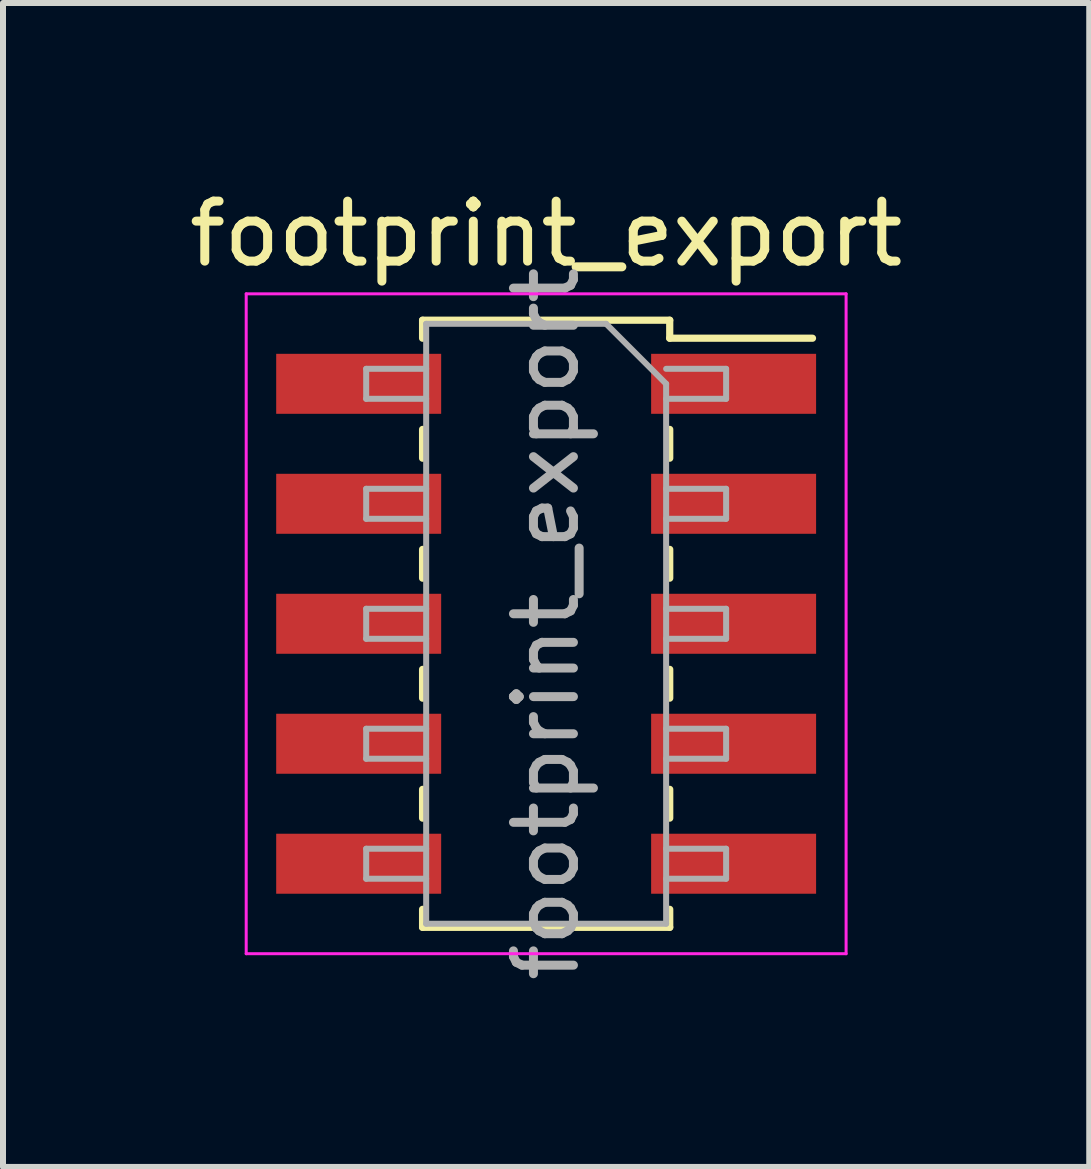
<source format=kicad_pcb>
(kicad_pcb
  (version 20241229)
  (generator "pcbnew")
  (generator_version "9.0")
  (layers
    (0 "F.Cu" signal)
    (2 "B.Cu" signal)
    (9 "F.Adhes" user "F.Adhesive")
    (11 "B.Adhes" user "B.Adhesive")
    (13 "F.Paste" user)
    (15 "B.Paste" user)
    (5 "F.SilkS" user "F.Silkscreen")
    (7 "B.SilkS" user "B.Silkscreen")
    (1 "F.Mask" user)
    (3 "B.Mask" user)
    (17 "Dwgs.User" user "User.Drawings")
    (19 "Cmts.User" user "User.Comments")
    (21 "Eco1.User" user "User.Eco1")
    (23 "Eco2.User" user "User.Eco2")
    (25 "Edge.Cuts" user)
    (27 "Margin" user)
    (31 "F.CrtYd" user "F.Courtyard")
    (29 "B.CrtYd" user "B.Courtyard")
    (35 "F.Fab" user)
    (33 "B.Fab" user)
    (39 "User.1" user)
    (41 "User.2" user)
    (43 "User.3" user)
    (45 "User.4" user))
  (footprint "footprint_export"
    (layer "F.Cu")
    (at 6.054 7.348)
    (property "Reference" "footprint_export" (at 0 -6.5 0) (layer "F.SilkS") (effects (font (size 1 1) (thickness 0.15))))
    (attr smd)
    (fp_line (start -2.06 -5.06) (end -2.06 -4.76) (stroke (width 0.12) (type solid)) (layer "F.SilkS"))
    (fp_line (start -2.06 -5.06) (end 2.06 -5.06) (stroke (width 0.12) (type solid)) (layer "F.SilkS"))
    (fp_line (start -2.06 -3.24) (end -2.06 -2.76) (stroke (width 0.12) (type solid)) (layer "F.SilkS"))
    (fp_line (start -2.06 -1.24) (end -2.06 -0.76) (stroke (width 0.12) (type solid)) (layer "F.SilkS"))
    (fp_line (start -2.06 0.76) (end -2.06 1.24) (stroke (width 0.12) (type solid)) (layer "F.SilkS"))
    (fp_line (start -2.06 2.76) (end -2.06 3.24) (stroke (width 0.12) (type solid)) (layer "F.SilkS"))
    (fp_line (start -2.06 4.76) (end -2.06 5.06) (stroke (width 0.12) (type solid)) (layer "F.SilkS"))
    (fp_line (start -2.06 5.06) (end 2.06 5.06) (stroke (width 0.12) (type solid)) (layer "F.SilkS"))
    (fp_line (start 2.06 -5.06) (end 2.06 -4.76) (stroke (width 0.12) (type solid)) (layer "F.SilkS"))
    (fp_line (start 2.06 -4.76) (end 4.44 -4.76) (stroke (width 0.12) (type solid)) (layer "F.SilkS"))
    (fp_line (start 2.06 -3.24) (end 2.06 -2.76) (stroke (width 0.12) (type solid)) (layer "F.SilkS"))
    (fp_line (start 2.06 -1.24) (end 2.06 -0.76) (stroke (width 0.12) (type solid)) (layer "F.SilkS"))
    (fp_line (start 2.06 0.76) (end 2.06 1.24) (stroke (width 0.12) (type solid)) (layer "F.SilkS"))
    (fp_line (start 2.06 2.76) (end 2.06 3.24) (stroke (width 0.12) (type solid)) (layer "F.SilkS"))
    (fp_line (start 2.06 4.76) (end 2.06 5.06) (stroke (width 0.12) (type solid)) (layer "F.SilkS"))
    (fp_line (start -5 -5.5) (end 5 -5.5) (stroke (width 0.05) (type solid)) (layer "F.CrtYd"))
    (fp_line (start -5 5.5) (end -5 -5.5) (stroke (width 0.05) (type solid)) (layer "F.CrtYd"))
    (fp_line (start 5 -5.5) (end 5 5.5) (stroke (width 0.05) (type solid)) (layer "F.CrtYd"))
    (fp_line (start 5 5.5) (end -5 5.5) (stroke (width 0.05) (type solid)) (layer "F.CrtYd"))
    (fp_line (start -3 -4.25) (end -2 -4.25) (stroke (width 0.1) (type solid)) (layer "F.Fab"))
    (fp_line (start -3 -3.75) (end -3 -4.25) (stroke (width 0.1) (type solid)) (layer "F.Fab"))
    (fp_line (start -3 -2.25) (end -2 -2.25) (stroke (width 0.1) (type solid)) (layer "F.Fab"))
    (fp_line (start -3 -1.75) (end -3 -2.25) (stroke (width 0.1) (type solid)) (layer "F.Fab"))
    (fp_line (start -3 -0.25) (end -2 -0.25) (stroke (width 0.1) (type solid)) (layer "F.Fab"))
    (fp_line (start -3 0.25) (end -3 -0.25) (stroke (width 0.1) (type solid)) (layer "F.Fab"))
    (fp_line (start -3 1.75) (end -2 1.75) (stroke (width 0.1) (type solid)) (layer "F.Fab"))
    (fp_line (start -3 2.25) (end -3 1.75) (stroke (width 0.1) (type solid)) (layer "F.Fab"))
    (fp_line (start -3 3.75) (end -2 3.75) (stroke (width 0.1) (type solid)) (layer "F.Fab"))
    (fp_line (start -3 4.25) (end -3 3.75) (stroke (width 0.1) (type solid)) (layer "F.Fab"))
    (fp_line (start -2 -5) (end 1 -5) (stroke (width 0.1) (type solid)) (layer "F.Fab"))
    (fp_line (start -2 -3.75) (end -3 -3.75) (stroke (width 0.1) (type solid)) (layer "F.Fab"))
    (fp_line (start -2 -1.75) (end -3 -1.75) (stroke (width 0.1) (type solid)) (layer "F.Fab"))
    (fp_line (start -2 0.25) (end -3 0.25) (stroke (width 0.1) (type solid)) (layer "F.Fab"))
    (fp_line (start -2 2.25) (end -3 2.25) (stroke (width 0.1) (type solid)) (layer "F.Fab"))
    (fp_line (start -2 4.25) (end -3 4.25) (stroke (width 0.1) (type solid)) (layer "F.Fab"))
    (fp_line (start -2 5) (end -2 -5) (stroke (width 0.1) (type solid)) (layer "F.Fab"))
    (fp_line (start 1 -5) (end 2 -4) (stroke (width 0.1) (type solid)) (layer "F.Fab"))
    (fp_line (start 2 -4.25) (end 3 -4.25) (stroke (width 0.1) (type solid)) (layer "F.Fab"))
    (fp_line (start 2 -4) (end 2 5) (stroke (width 0.1) (type solid)) (layer "F.Fab"))
    (fp_line (start 2 -2.25) (end 3 -2.25) (stroke (width 0.1) (type solid)) (layer "F.Fab"))
    (fp_line (start 2 -0.25) (end 3 -0.25) (stroke (width 0.1) (type solid)) (layer "F.Fab"))
    (fp_line (start 2 1.75) (end 3 1.75) (stroke (width 0.1) (type solid)) (layer "F.Fab"))
    (fp_line (start 2 3.75) (end 3 3.75) (stroke (width 0.1) (type solid)) (layer "F.Fab"))
    (fp_line (start 2 5) (end -2 5) (stroke (width 0.1) (type solid)) (layer "F.Fab"))
    (fp_line (start 3 -4.25) (end 3 -3.75) (stroke (width 0.1) (type solid)) (layer "F.Fab"))
    (fp_line (start 3 -3.75) (end 2 -3.75) (stroke (width 0.1) (type solid)) (layer "F.Fab"))
    (fp_line (start 3 -2.25) (end 3 -1.75) (stroke (width 0.1) (type solid)) (layer "F.Fab"))
    (fp_line (start 3 -1.75) (end 2 -1.75) (stroke (width 0.1) (type solid)) (layer "F.Fab"))
    (fp_line (start 3 -0.25) (end 3 0.25) (stroke (width 0.1) (type solid)) (layer "F.Fab"))
    (fp_line (start 3 0.25) (end 2 0.25) (stroke (width 0.1) (type solid)) (layer "F.Fab"))
    (fp_line (start 3 1.75) (end 3 2.25) (stroke (width 0.1) (type solid)) (layer "F.Fab"))
    (fp_line (start 3 2.25) (end 2 2.25) (stroke (width 0.1) (type solid)) (layer "F.Fab"))
    (fp_line (start 3 3.75) (end 3 4.25) (stroke (width 0.1) (type solid)) (layer "F.Fab"))
    (fp_line (start 3 4.25) (end 2 4.25) (stroke (width 0.1) (type solid)) (layer "F.Fab"))
    (fp_text user "${REFERENCE}" (at 0 0 90) (layer "F.Fab") (effects (font (size 1 1) (thickness 0.15))))
    (pad "1" smd rect (at 3.125 -4) (size 2.75 1) (layers "F.Cu" "F.Mask" "F.Paste"))
    (pad "2" smd rect (at -3.125 -4) (size 2.75 1) (layers "F.Cu" "F.Mask" "F.Paste"))
    (pad "3" smd rect (at 3.125 -2) (size 2.75 1) (layers "F.Cu" "F.Mask" "F.Paste"))
    (pad "4" smd rect (at -3.125 -2) (size 2.75 1) (layers "F.Cu" "F.Mask" "F.Paste"))
    (pad "5" smd rect (at 3.125 0) (size 2.75 1) (layers "F.Cu" "F.Mask" "F.Paste"))
    (pad "6" smd rect (at -3.125 0) (size 2.75 1) (layers "F.Cu" "F.Mask" "F.Paste"))
    (pad "7" smd rect (at 3.125 2) (size 2.75 1) (layers "F.Cu" "F.Mask" "F.Paste"))
    (pad "8" smd rect (at -3.125 2) (size 2.75 1) (layers "F.Cu" "F.Mask" "F.Paste"))
    (pad "9" smd rect (at 3.125 4) (size 2.75 1) (layers "F.Cu" "F.Mask" "F.Paste"))
    (pad "10" smd rect (at -3.125 4) (size 2.75 1) (layers "F.Cu" "F.Mask" "F.Paste")))
  (gr_rect
    (start -3 -3)
    (end 15.107 16.402)
    (stroke (width 0.1) (type default))
    (fill no)
    (layer "Edge.Cuts")))
</source>
